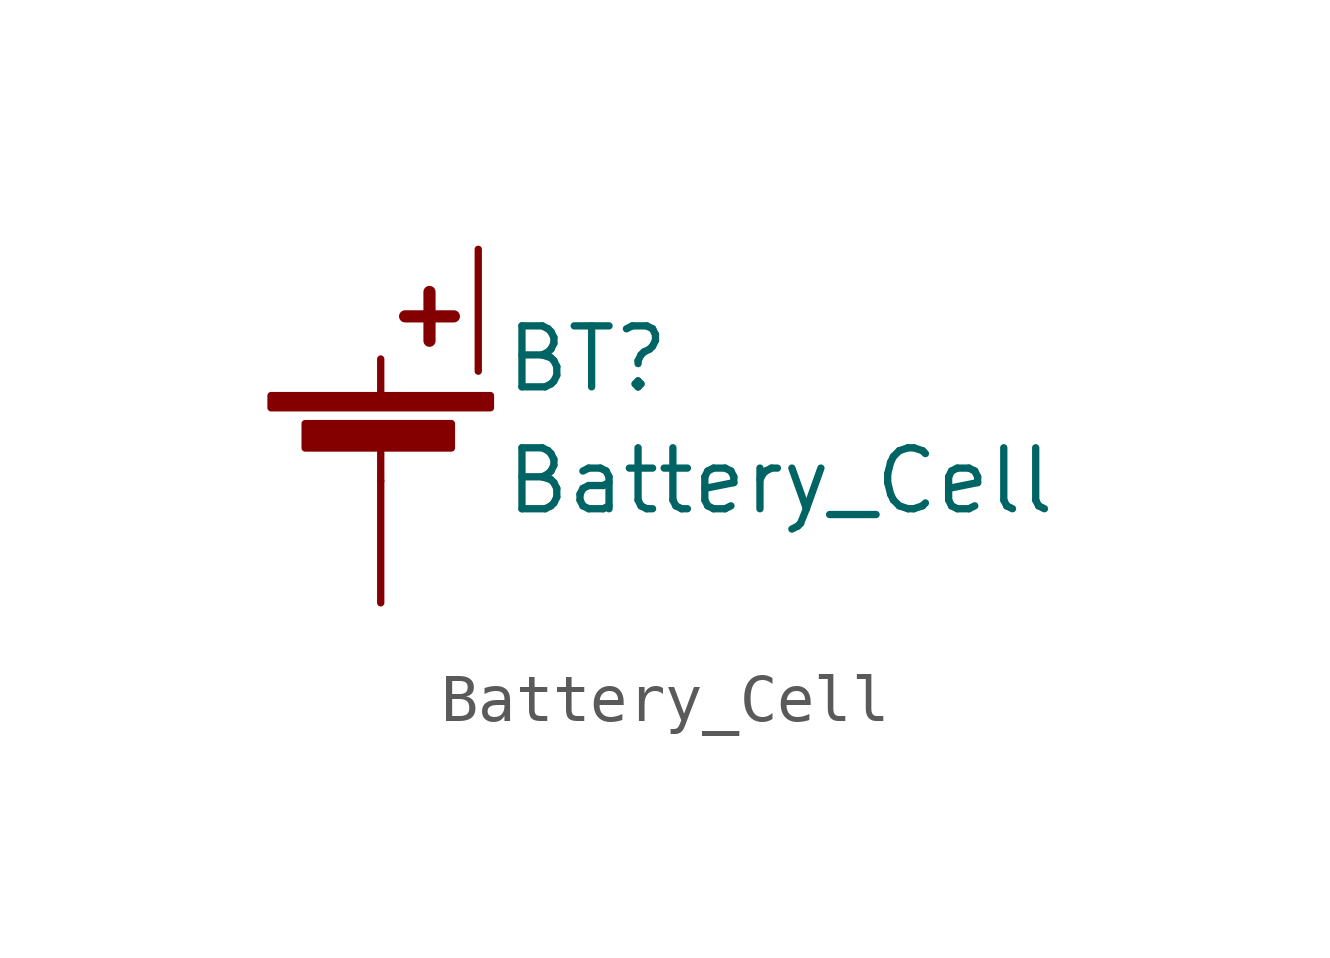
<source format=kicad_sym>
(kicad_symbol_lib
  (version 20211014)
  (generator kicad_symbol_editor)
  (symbol "Battery_Cell"
    (pin_numbers hide)
    (pin_names
      (offset 0) hide)
    (property "Reference" "BT"
      (at 2.54 2.54 0)
      (effects (font (size 1.27 1.27)) (justify left)))
    (property "Value" "Battery_Cell"
      (at 2.54 0 0)
      (effects (font (size 1.27 1.27)) (justify left)))
    (symbol "Battery_Cell_0_1"
      (rectangle (start -2.286 1.778) (end 2.286 1.524) (stroke (width 0) (type default) (color 0 0 0 0)) (fill (type outline)))
      (rectangle (start -1.575 1.194) (end 1.473 0.686) (stroke (width 0) (type default) (color 0 0 0 0)) (fill (type outline)))
      (polyline (pts (xy 0 0.762) (xy 0 0)) (stroke (width 0) (type default) (color 0 0 0 0)) (fill (type none)))
      (polyline (pts (xy 0 1.778) (xy 0 2.54)) (stroke (width 0) (type default) (color 0 0 0 0)) (fill (type none)))
      (polyline (pts (xy 0.508 3.429) (xy 1.524 3.429)) (stroke (width 0.254) (type default) (color 0 0 0 0)) (fill (type none)))
      (polyline (pts (xy 1.016 3.937) (xy 1.016 2.921)) (stroke (width 0.254) (type default) (color 0 0 0 0)) (fill (type none))))
    (symbol "Battery_Cell_1_1"
      (pin passive line (at 2.032 4.826 270) (length 2.54) (name "+" (effects (font (size 1.27 1.27)))) (number "1" (effects (font (size 1.27 1.27)))))
      (pin passive line (at 0 -2.54 90) (length 2.54) (name "-" (effects (font (size 1.27 1.27)))) (number "2" (effects (font (size 1.27 1.27))))))))
</source>
